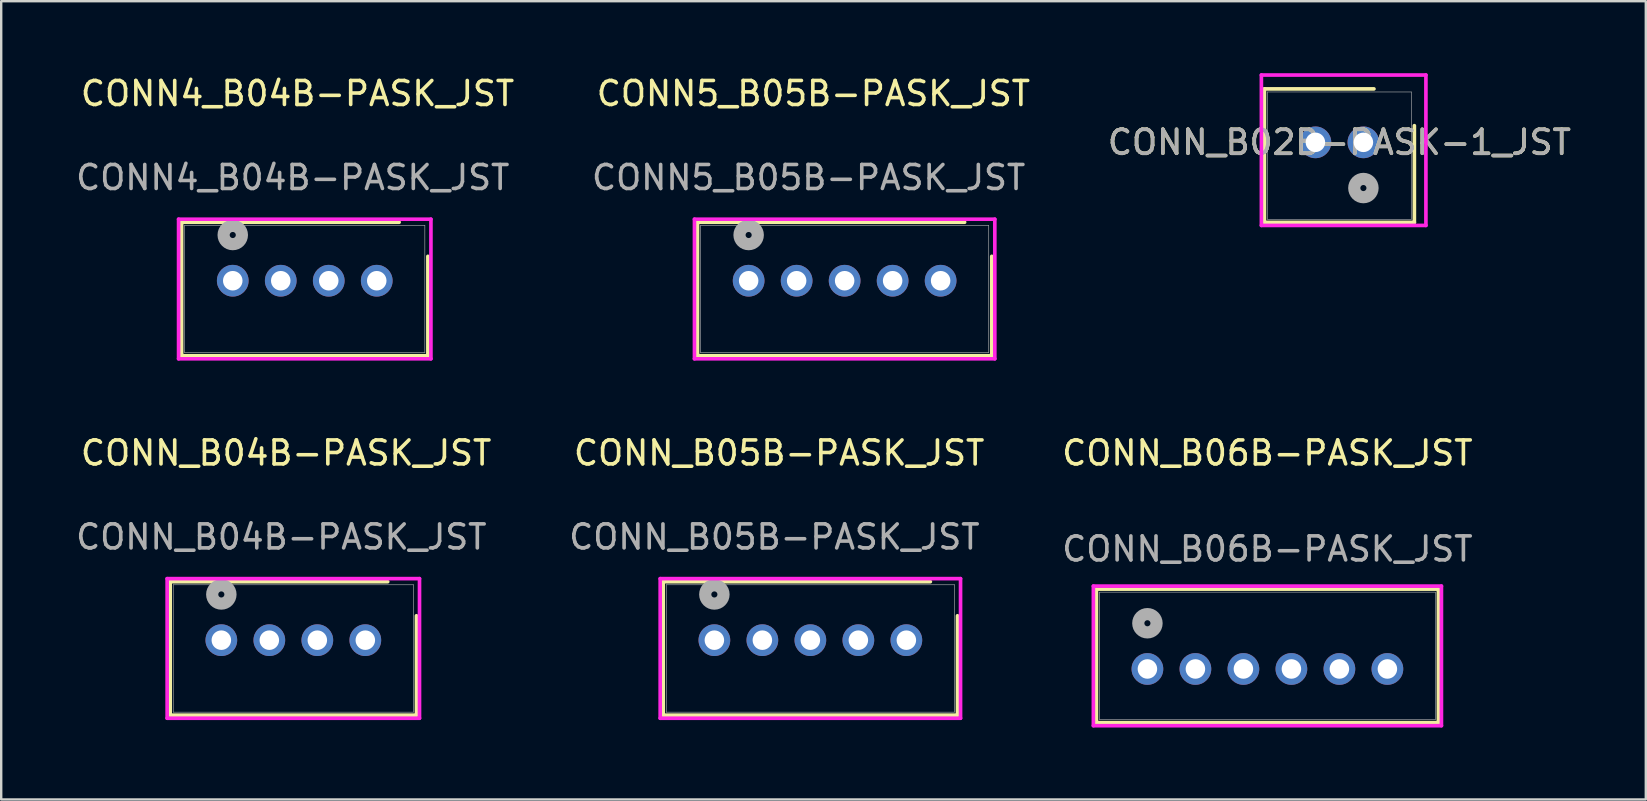
<source format=kicad_pcb>
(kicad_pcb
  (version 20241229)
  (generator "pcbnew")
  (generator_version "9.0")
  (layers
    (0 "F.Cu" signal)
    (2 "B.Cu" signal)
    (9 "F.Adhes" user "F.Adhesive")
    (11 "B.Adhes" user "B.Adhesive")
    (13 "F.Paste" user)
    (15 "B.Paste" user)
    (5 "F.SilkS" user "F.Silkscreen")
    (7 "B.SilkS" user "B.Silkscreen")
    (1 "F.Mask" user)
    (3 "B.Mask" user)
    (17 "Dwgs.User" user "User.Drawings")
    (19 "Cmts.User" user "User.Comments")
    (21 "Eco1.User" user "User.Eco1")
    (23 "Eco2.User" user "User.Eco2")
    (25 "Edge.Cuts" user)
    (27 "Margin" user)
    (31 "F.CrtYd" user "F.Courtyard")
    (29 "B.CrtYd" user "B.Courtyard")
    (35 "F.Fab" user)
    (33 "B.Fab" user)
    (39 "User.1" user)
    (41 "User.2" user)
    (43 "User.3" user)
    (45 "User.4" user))
  (footprint "CONN_B02B-PASK-1_JST"
    (layer "F.Cu")
    (at 53.763 2.881)
    (property "Reference" "CONN_B02B-PASK-1_JST" (at -1 0 0) (unlocked yes) (layer "F.SilkS") (effects (font (size 1 1) (thickness 0.15))))
    (attr through_hole)
    (fp_line (start -4.124 -2.227) (end -4.124 3.336) (stroke (width 0.152) (type solid)) (layer "F.SilkS"))
    (fp_line (start -4.124 3.336) (end 2.124 3.336) (stroke (width 0.152) (type solid)) (layer "F.SilkS"))
    (fp_line (start 0.44 -2.227) (end -4.124 -2.227) (stroke (width 0.152) (type solid)) (layer "F.SilkS"))
    (fp_line (start 2.124 3.336) (end 2.124 -0.694) (stroke (width 0.152) (type solid)) (layer "F.SilkS"))
    (fp_line (start -4.251 -2.805) (end -4.251 3.463) (stroke (width 0.152) (type solid)) (layer "F.CrtYd"))
    (fp_line (start -4.251 3.463) (end 2.605 3.463) (stroke (width 0.152) (type solid)) (layer "F.CrtYd"))
    (fp_line (start 2.605 -2.805) (end -4.251 -2.805) (stroke (width 0.152) (type solid)) (layer "F.CrtYd"))
    (fp_line (start 2.605 3.463) (end 2.605 -2.805) (stroke (width 0.152) (type solid)) (layer "F.CrtYd"))
    (fp_line (start -3.997 -2.1) (end -3.997 3.209) (stroke (width 0.025) (type solid)) (layer "F.Fab"))
    (fp_line (start -3.997 3.209) (end 1.997 3.209) (stroke (width 0.025) (type solid)) (layer "F.Fab"))
    (fp_line (start 1.997 -2.1) (end -3.997 -2.1) (stroke (width 0.025) (type solid)) (layer "F.Fab"))
    (fp_line (start 1.997 3.209) (end 1.997 -2.1) (stroke (width 0.025) (type solid)) (layer "F.Fab"))
    (fp_circle (center 0 1.905) (end 0.381 1.905) (stroke (width 0.508) (type solid)) (fill no) (layer "F.Fab"))
    (fp_text user "${REFERENCE}" (at -1 0 0) (unlocked yes) (layer "F.Fab") (effects (font (size 1 1) (thickness 0.15))))
    (pad "1" thru_hole circle (at 0 0) (size 1.321 1.321) (drill 0.813) (layers "*.Cu" "*.Mask"))
    (pad "2" thru_hole circle (at -2 0) (size 1.321 1.321) (drill 0.813) (layers "*.Cu" "*.Mask")))
  (footprint "CONN5_B05B-PASK_JST"
    (layer "F.Cu")
    (at 28.146 8.648)
    (property "Reference" "CONN5_B05B-PASK_JST" (at 2.7 -7.8 0) (unlocked yes) (layer "F.SilkS") (effects (font (size 1 1) (thickness 0.15))))
    (attr through_hole)
    (fp_line (start -2.131 -2.437) (end -2.131 3.126) (stroke (width 0.152) (type solid)) (layer "F.SilkS"))
    (fp_line (start -2.131 3.126) (end 10.131 3.126) (stroke (width 0.152) (type solid)) (layer "F.SilkS"))
    (fp_line (start 9 -2.437) (end -2.131 -2.437) (stroke (width 0.152) (type solid)) (layer "F.SilkS"))
    (fp_line (start 10.131 3.126) (end 10.131 -1.017) (stroke (width 0.152) (type solid)) (layer "F.SilkS"))
    (fp_line (start -2.258 -2.564) (end -2.258 3.253) (stroke (width 0.152) (type solid)) (layer "F.CrtYd"))
    (fp_line (start -2.258 3.253) (end 10.258 3.253) (stroke (width 0.152) (type solid)) (layer "F.CrtYd"))
    (fp_line (start 10.258 -2.564) (end -2.258 -2.564) (stroke (width 0.152) (type solid)) (layer "F.CrtYd"))
    (fp_line (start 10.258 3.253) (end 10.258 -2.564) (stroke (width 0.152) (type solid)) (layer "F.CrtYd"))
    (fp_line (start -2.004 -2.31) (end -2.004 2.999) (stroke (width 0.025) (type solid)) (layer "F.Fab"))
    (fp_line (start -2.004 2.999) (end 10.004 2.999) (stroke (width 0.025) (type solid)) (layer "F.Fab"))
    (fp_line (start 10.004 -2.31) (end -2.004 -2.31) (stroke (width 0.025) (type solid)) (layer "F.Fab"))
    (fp_line (start 10.004 2.999) (end 10.004 -2.31) (stroke (width 0.025) (type solid)) (layer "F.Fab"))
    (fp_circle (center 0 -1.905) (end 0.381 -1.905) (stroke (width 0.508) (type solid)) (fill no) (layer "F.Fab"))
    (fp_text user "${REFERENCE}" (at 2.5 -4.3 0) (unlocked yes) (layer "F.Fab") (effects (font (size 1 1) (thickness 0.15))))
    (pad "1" thru_hole circle (at 0 0) (size 1.321 1.321) (drill 0.813) (layers "*.Cu" "*.Mask"))
    (pad "2" thru_hole circle (at 2 0) (size 1.321 1.321) (drill 0.813) (layers "*.Cu" "*.Mask"))
    (pad "3" thru_hole circle (at 4 0) (size 1.321 1.321) (drill 0.813) (layers "*.Cu" "*.Mask"))
    (pad "4" thru_hole circle (at 6 0) (size 1.321 1.321) (drill 0.813) (layers "*.Cu" "*.Mask"))
    (pad "5" thru_hole circle (at 8 0) (size 1.321 1.321) (drill 0.813) (layers "*.Cu" "*.Mask")))
  (footprint "CONN_B05B-PASK_JST"
    (layer "F.Cu")
    (at 26.718 23.626)
    (property "Reference" "CONN_B05B-PASK_JST" (at 2.7 -7.8 0) (unlocked yes) (layer "F.SilkS") (effects (font (size 1 1) (thickness 0.15))))
    (attr through_hole)
    (fp_line (start -2.131 -2.437) (end -2.131 3.126) (stroke (width 0.152) (type solid)) (layer "F.SilkS"))
    (fp_line (start -2.131 3.126) (end 10.131 3.126) (stroke (width 0.152) (type solid)) (layer "F.SilkS"))
    (fp_line (start 9 -2.437) (end -2.131 -2.437) (stroke (width 0.152) (type solid)) (layer "F.SilkS"))
    (fp_line (start 10.131 3.126) (end 10.131 -1.017) (stroke (width 0.152) (type solid)) (layer "F.SilkS"))
    (fp_line (start -2.258 -2.564) (end -2.258 3.253) (stroke (width 0.152) (type solid)) (layer "F.CrtYd"))
    (fp_line (start -2.258 3.253) (end 10.258 3.253) (stroke (width 0.152) (type solid)) (layer "F.CrtYd"))
    (fp_line (start 10.258 -2.564) (end -2.258 -2.564) (stroke (width 0.152) (type solid)) (layer "F.CrtYd"))
    (fp_line (start 10.258 3.253) (end 10.258 -2.564) (stroke (width 0.152) (type solid)) (layer "F.CrtYd"))
    (fp_line (start -2.004 -2.31) (end -2.004 2.999) (stroke (width 0.025) (type solid)) (layer "F.Fab"))
    (fp_line (start -2.004 2.999) (end 10.004 2.999) (stroke (width 0.025) (type solid)) (layer "F.Fab"))
    (fp_line (start 10.004 -2.31) (end -2.004 -2.31) (stroke (width 0.025) (type solid)) (layer "F.Fab"))
    (fp_line (start 10.004 2.999) (end 10.004 -2.31) (stroke (width 0.025) (type solid)) (layer "F.Fab"))
    (fp_circle (center 0 -1.905) (end 0.381 -1.905) (stroke (width 0.508) (type solid)) (fill no) (layer "F.Fab"))
    (fp_text user "${REFERENCE}" (at 2.5 -4.3 0) (unlocked yes) (layer "F.Fab") (effects (font (size 1 1) (thickness 0.15))))
    (pad "1" thru_hole circle (at 0 0) (size 1.321 1.321) (drill 0.813) (layers "*.Cu" "*.Mask"))
    (pad "2" thru_hole circle (at 2 0) (size 1.321 1.321) (drill 0.813) (layers "*.Cu" "*.Mask"))
    (pad "3" thru_hole circle (at 4 0) (size 1.321 1.321) (drill 0.813) (layers "*.Cu" "*.Mask"))
    (pad "4" thru_hole circle (at 6 0) (size 1.321 1.321) (drill 0.813) (layers "*.Cu" "*.Mask"))
    (pad "5" thru_hole circle (at 8 0) (size 1.321 1.321) (drill 0.813) (layers "*.Cu" "*.Mask")))
  (footprint "CONN4_B04B-PASK_JST"
    (layer "F.Cu")
    (at 6.649 8.648)
    (property "Reference" "CONN4_B04B-PASK_JST" (at 2.7 -7.8 0) (unlocked yes) (layer "F.SilkS") (effects (font (size 1 1) (thickness 0.15))))
    (attr through_hole)
    (fp_line (start -2.131 -2.437) (end -2.131 3.126) (stroke (width 0.152) (type solid)) (layer "F.SilkS"))
    (fp_line (start -2.131 3.126) (end 8.131 3.126) (stroke (width 0.152) (type solid)) (layer "F.SilkS"))
    (fp_line (start 6.933 -2.437) (end -2.131 -2.437) (stroke (width 0.152) (type solid)) (layer "F.SilkS"))
    (fp_line (start 8.131 3.126) (end 8.131 -1.017) (stroke (width 0.152) (type solid)) (layer "F.SilkS"))
    (fp_line (start -2.258 -2.564) (end -2.258 3.253) (stroke (width 0.152) (type solid)) (layer "F.CrtYd"))
    (fp_line (start -2.258 3.253) (end 8.258 3.253) (stroke (width 0.152) (type solid)) (layer "F.CrtYd"))
    (fp_line (start 8.258 -2.564) (end -2.258 -2.564) (stroke (width 0.152) (type solid)) (layer "F.CrtYd"))
    (fp_line (start 8.258 3.253) (end 8.258 -2.564) (stroke (width 0.152) (type solid)) (layer "F.CrtYd"))
    (fp_line (start -2.004 -2.31) (end -2.004 2.999) (stroke (width 0.025) (type solid)) (layer "F.Fab"))
    (fp_line (start -2.004 2.999) (end 8.004 2.999) (stroke (width 0.025) (type solid)) (layer "F.Fab"))
    (fp_line (start 8.004 -2.31) (end -2.004 -2.31) (stroke (width 0.025) (type solid)) (layer "F.Fab"))
    (fp_line (start 8.004 2.999) (end 8.004 -2.31) (stroke (width 0.025) (type solid)) (layer "F.Fab"))
    (fp_circle (center 0 -1.905) (end 0.381 -1.905) (stroke (width 0.508) (type solid)) (fill no) (layer "F.Fab"))
    (fp_text user "${REFERENCE}" (at 2.5 -4.3 0) (unlocked yes) (layer "F.Fab") (effects (font (size 1 1) (thickness 0.15))))
    (pad "1" thru_hole circle (at 0 0) (size 1.321 1.321) (drill 0.813) (layers "*.Cu" "*.Mask"))
    (pad "2" thru_hole circle (at 2 0) (size 1.321 1.321) (drill 0.813) (layers "*.Cu" "*.Mask"))
    (pad "3" thru_hole circle (at 4 0) (size 1.321 1.321) (drill 0.813) (layers "*.Cu" "*.Mask"))
    (pad "4" thru_hole circle (at 6 0) (size 1.321 1.321) (drill 0.813) (layers "*.Cu" "*.Mask")))
  (footprint "CONN_B06B-PASK_JST"
    (layer "F.Cu")
    (at 44.763 24.826)
    (property "Reference" "CONN_B06B-PASK_JST" (at 5 -9 0) (unlocked yes) (layer "F.SilkS") (effects (font (size 1 1) (thickness 0.15))))
    (attr through_hole)
    (fp_line (start -2.125 -3.327) (end -2.125 2.236) (stroke (width 0.152) (type solid)) (layer "F.SilkS"))
    (fp_line (start -2.125 2.236) (end 12.125 2.236) (stroke (width 0.152) (type solid)) (layer "F.SilkS"))
    (fp_line (start 12.125 -3.327) (end -2.125 -3.327) (stroke (width 0.152) (type solid)) (layer "F.SilkS"))
    (fp_line (start 12.125 2.236) (end 12.125 -3.327) (stroke (width 0.152) (type solid)) (layer "F.SilkS"))
    (fp_line (start -2.252 -3.454) (end -2.252 2.363) (stroke (width 0.152) (type solid)) (layer "F.CrtYd"))
    (fp_line (start -2.252 2.363) (end 12.252 2.363) (stroke (width 0.152) (type solid)) (layer "F.CrtYd"))
    (fp_line (start 12.252 -3.454) (end -2.252 -3.454) (stroke (width 0.152) (type solid)) (layer "F.CrtYd"))
    (fp_line (start 12.252 2.363) (end 12.252 -3.454) (stroke (width 0.152) (type solid)) (layer "F.CrtYd"))
    (fp_line (start -1.998 -3.2) (end -1.998 2.109) (stroke (width 0.025) (type solid)) (layer "F.Fab"))
    (fp_line (start -1.998 2.109) (end 11.998 2.109) (stroke (width 0.025) (type solid)) (layer "F.Fab"))
    (fp_line (start 11.998 -3.2) (end -1.998 -3.2) (stroke (width 0.025) (type solid)) (layer "F.Fab"))
    (fp_line (start 11.998 2.109) (end 11.998 -3.2) (stroke (width 0.025) (type solid)) (layer "F.Fab"))
    (fp_circle (center 0 -1.905) (end 0.381 -1.905) (stroke (width 0.508) (type solid)) (fill no) (layer "F.Fab"))
    (fp_text user "${REFERENCE}" (at 5 -5 0) (unlocked yes) (layer "F.Fab") (effects (font (size 1 1) (thickness 0.15))))
    (pad "1" thru_hole circle (at 0 0) (size 1.321 1.321) (drill 0.813) (layers "*.Cu" "*.Mask"))
    (pad "2" thru_hole circle (at 2 0) (size 1.321 1.321) (drill 0.813) (layers "*.Cu" "*.Mask"))
    (pad "3" thru_hole circle (at 4 0) (size 1.321 1.321) (drill 0.813) (layers "*.Cu" "*.Mask"))
    (pad "4" thru_hole circle (at 6 0) (size 1.321 1.321) (drill 0.813) (layers "*.Cu" "*.Mask"))
    (pad "5" thru_hole circle (at 8 0) (size 1.321 1.321) (drill 0.813) (layers "*.Cu" "*.Mask"))
    (pad "6" thru_hole circle (at 10 0) (size 1.321 1.321) (drill 0.813) (layers "*.Cu" "*.Mask")))
  (footprint "CONN_B04B-PASK_JST"
    (layer "F.Cu")
    (at 6.173 23.626)
    (property "Reference" "CONN_B04B-PASK_JST" (at 2.7 -7.8 0) (unlocked yes) (layer "F.SilkS") (effects (font (size 1 1) (thickness 0.15))))
    (attr through_hole)
    (fp_line (start -2.131 -2.437) (end -2.131 3.126) (stroke (width 0.152) (type solid)) (layer "F.SilkS"))
    (fp_line (start -2.131 3.126) (end 8.131 3.126) (stroke (width 0.152) (type solid)) (layer "F.SilkS"))
    (fp_line (start 6.933 -2.437) (end -2.131 -2.437) (stroke (width 0.152) (type solid)) (layer "F.SilkS"))
    (fp_line (start 8.131 3.126) (end 8.131 -1.017) (stroke (width 0.152) (type solid)) (layer "F.SilkS"))
    (fp_line (start -2.258 -2.564) (end -2.258 3.253) (stroke (width 0.152) (type solid)) (layer "F.CrtYd"))
    (fp_line (start -2.258 3.253) (end 8.258 3.253) (stroke (width 0.152) (type solid)) (layer "F.CrtYd"))
    (fp_line (start 8.258 -2.564) (end -2.258 -2.564) (stroke (width 0.152) (type solid)) (layer "F.CrtYd"))
    (fp_line (start 8.258 3.253) (end 8.258 -2.564) (stroke (width 0.152) (type solid)) (layer "F.CrtYd"))
    (fp_line (start -2.004 -2.31) (end -2.004 2.999) (stroke (width 0.025) (type solid)) (layer "F.Fab"))
    (fp_line (start -2.004 2.999) (end 8.004 2.999) (stroke (width 0.025) (type solid)) (layer "F.Fab"))
    (fp_line (start 8.004 -2.31) (end -2.004 -2.31) (stroke (width 0.025) (type solid)) (layer "F.Fab"))
    (fp_line (start 8.004 2.999) (end 8.004 -2.31) (stroke (width 0.025) (type solid)) (layer "F.Fab"))
    (fp_circle (center 0 -1.905) (end 0.381 -1.905) (stroke (width 0.508) (type solid)) (fill no) (layer "F.Fab"))
    (fp_text user "${REFERENCE}" (at 2.5 -4.3 0) (unlocked yes) (layer "F.Fab") (effects (font (size 1 1) (thickness 0.15))))
    (pad "1" thru_hole circle (at 0 0) (size 1.321 1.321) (drill 0.813) (layers "*.Cu" "*.Mask"))
    (pad "2" thru_hole circle (at 2 0) (size 1.321 1.321) (drill 0.813) (layers "*.Cu" "*.Mask"))
    (pad "3" thru_hole circle (at 4 0) (size 1.321 1.321) (drill 0.813) (layers "*.Cu" "*.Mask"))
    (pad "4" thru_hole circle (at 6 0) (size 1.321 1.321) (drill 0.813) (layers "*.Cu" "*.Mask")))
  (gr_rect
    (start -3 -3)
    (end 65.531 30.264)
    (stroke (width 0.1) (type default))
    (fill no)
    (layer "Edge.Cuts")))
</source>
